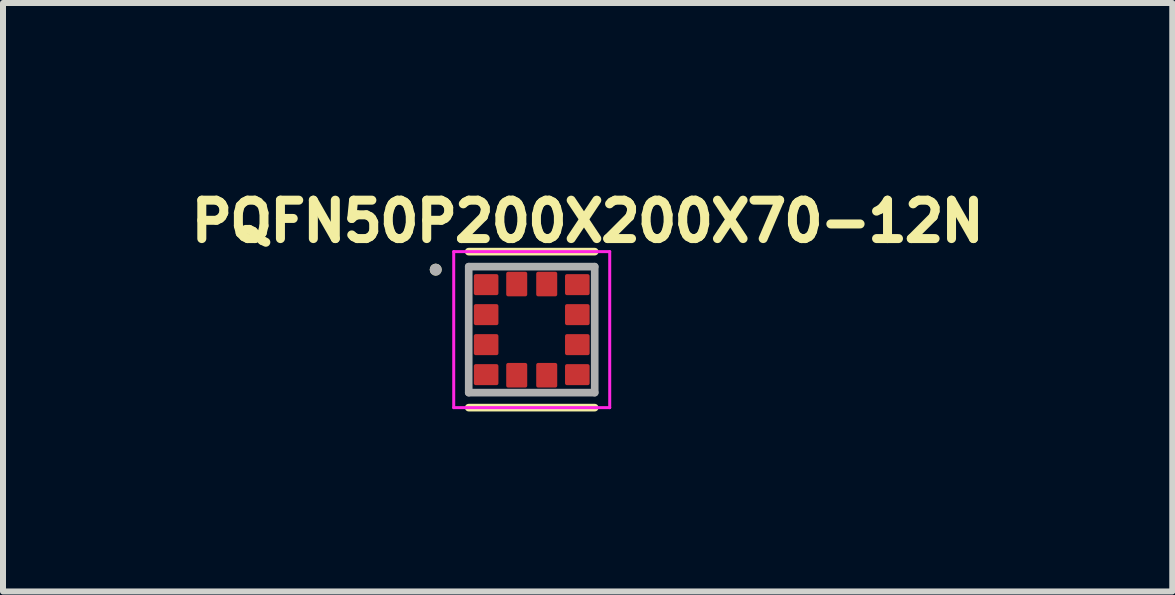
<source format=kicad_pcb>
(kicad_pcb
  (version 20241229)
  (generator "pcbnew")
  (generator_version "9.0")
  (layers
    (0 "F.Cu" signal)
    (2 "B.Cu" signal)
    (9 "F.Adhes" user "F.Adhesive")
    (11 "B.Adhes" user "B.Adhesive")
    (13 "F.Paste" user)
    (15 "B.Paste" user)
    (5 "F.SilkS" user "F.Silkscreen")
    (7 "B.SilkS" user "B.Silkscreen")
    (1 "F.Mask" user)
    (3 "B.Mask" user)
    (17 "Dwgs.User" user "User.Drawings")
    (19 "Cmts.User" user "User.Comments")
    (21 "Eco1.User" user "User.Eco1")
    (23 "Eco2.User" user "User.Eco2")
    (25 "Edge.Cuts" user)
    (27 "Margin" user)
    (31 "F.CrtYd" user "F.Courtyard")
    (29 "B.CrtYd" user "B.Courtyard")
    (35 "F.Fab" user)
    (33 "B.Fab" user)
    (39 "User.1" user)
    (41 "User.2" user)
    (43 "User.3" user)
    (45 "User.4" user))
  (footprint "PQFN50P200X200X70-12N"
    (layer "F.Cu")
    (at 5.812 2.444)
    (property "Reference" "PQFN50P200X200X70-12N" (at 0.932 -1.806 0) (layer "F.SilkS") (effects (font (size 0.64 0.64) (thickness 0.15))))
    (attr smd)
    (fp_line (start -1.05 -1.3) (end 1.05 -1.3) (stroke (width 0.127) (type solid)) (layer "F.SilkS"))
    (fp_line (start 1.05 1.3) (end -1.05 1.3) (stroke (width 0.127) (type solid)) (layer "F.SilkS"))
    (fp_circle (center -1.6 -1) (end -1.55 -1) (stroke (width 0.1) (type solid)) (fill no) (layer "F.SilkS"))
    (fp_line (start -1.3 -1.3) (end -1.3 1.3) (stroke (width 0.05) (type solid)) (layer "F.CrtYd"))
    (fp_line (start -1.3 1.3) (end 1.3 1.3) (stroke (width 0.05) (type solid)) (layer "F.CrtYd"))
    (fp_line (start 1.3 -1.3) (end -1.3 -1.3) (stroke (width 0.05) (type solid)) (layer "F.CrtYd"))
    (fp_line (start 1.3 1.3) (end 1.3 -1.3) (stroke (width 0.05) (type solid)) (layer "F.CrtYd"))
    (fp_line (start -1.05 -1.05) (end 1.05 -1.05) (stroke (width 0.127) (type solid)) (layer "F.Fab"))
    (fp_line (start -1.05 1.05) (end -1.05 -1.05) (stroke (width 0.127) (type solid)) (layer "F.Fab"))
    (fp_line (start 1.05 -1.05) (end 1.05 1.05) (stroke (width 0.127) (type solid)) (layer "F.Fab"))
    (fp_line (start 1.05 1.05) (end -1.05 1.05) (stroke (width 0.127) (type solid)) (layer "F.Fab"))
    (fp_circle (center -1.6 -1) (end -1.55 -1) (stroke (width 0.1) (type solid)) (fill no) (layer "F.Fab"))
    (pad "1" smd roundrect (at -0.76 -0.75) (size 0.41 0.35) (layers "F.Cu" "F.Mask" "F.Paste") (roundrect_rratio 0.09))
    (pad "2" smd roundrect (at -0.76 -0.25) (size 0.41 0.35) (layers "F.Cu" "F.Mask" "F.Paste") (roundrect_rratio 0.09))
    (pad "3" smd roundrect (at -0.76 0.25) (size 0.41 0.35) (layers "F.Cu" "F.Mask" "F.Paste") (roundrect_rratio 0.09))
    (pad "4" smd roundrect (at -0.76 0.75) (size 0.41 0.35) (layers "F.Cu" "F.Mask" "F.Paste") (roundrect_rratio 0.09))
    (pad "5" smd roundrect (at -0.25 0.76 90) (size 0.41 0.35) (layers "F.Cu" "F.Mask" "F.Paste") (roundrect_rratio 0.09))
    (pad "6" smd roundrect (at 0.25 0.76 90) (size 0.41 0.35) (layers "F.Cu" "F.Mask" "F.Paste") (roundrect_rratio 0.09))
    (pad "7" smd roundrect (at 0.76 0.75) (size 0.41 0.35) (layers "F.Cu" "F.Mask" "F.Paste") (roundrect_rratio 0.09))
    (pad "8" smd roundrect (at 0.76 0.25) (size 0.41 0.35) (layers "F.Cu" "F.Mask" "F.Paste") (roundrect_rratio 0.09))
    (pad "9" smd roundrect (at 0.76 -0.25) (size 0.41 0.35) (layers "F.Cu" "F.Mask" "F.Paste") (roundrect_rratio 0.09))
    (pad "10" smd roundrect (at 0.76 -0.75) (size 0.41 0.35) (layers "F.Cu" "F.Mask" "F.Paste") (roundrect_rratio 0.09))
    (pad "11" smd roundrect (at 0.25 -0.76 90) (size 0.41 0.35) (layers "F.Cu" "F.Mask" "F.Paste") (roundrect_rratio 0.09))
    (pad "12" smd roundrect (at -0.25 -0.76 90) (size 0.41 0.35) (layers "F.Cu" "F.Mask" "F.Paste") (roundrect_rratio 0.09)))
  (gr_rect
    (start -3 -3)
    (end 16.488 6.808)
    (stroke (width 0.1) (type default))
    (fill no)
    (layer "Edge.Cuts")))
</source>
